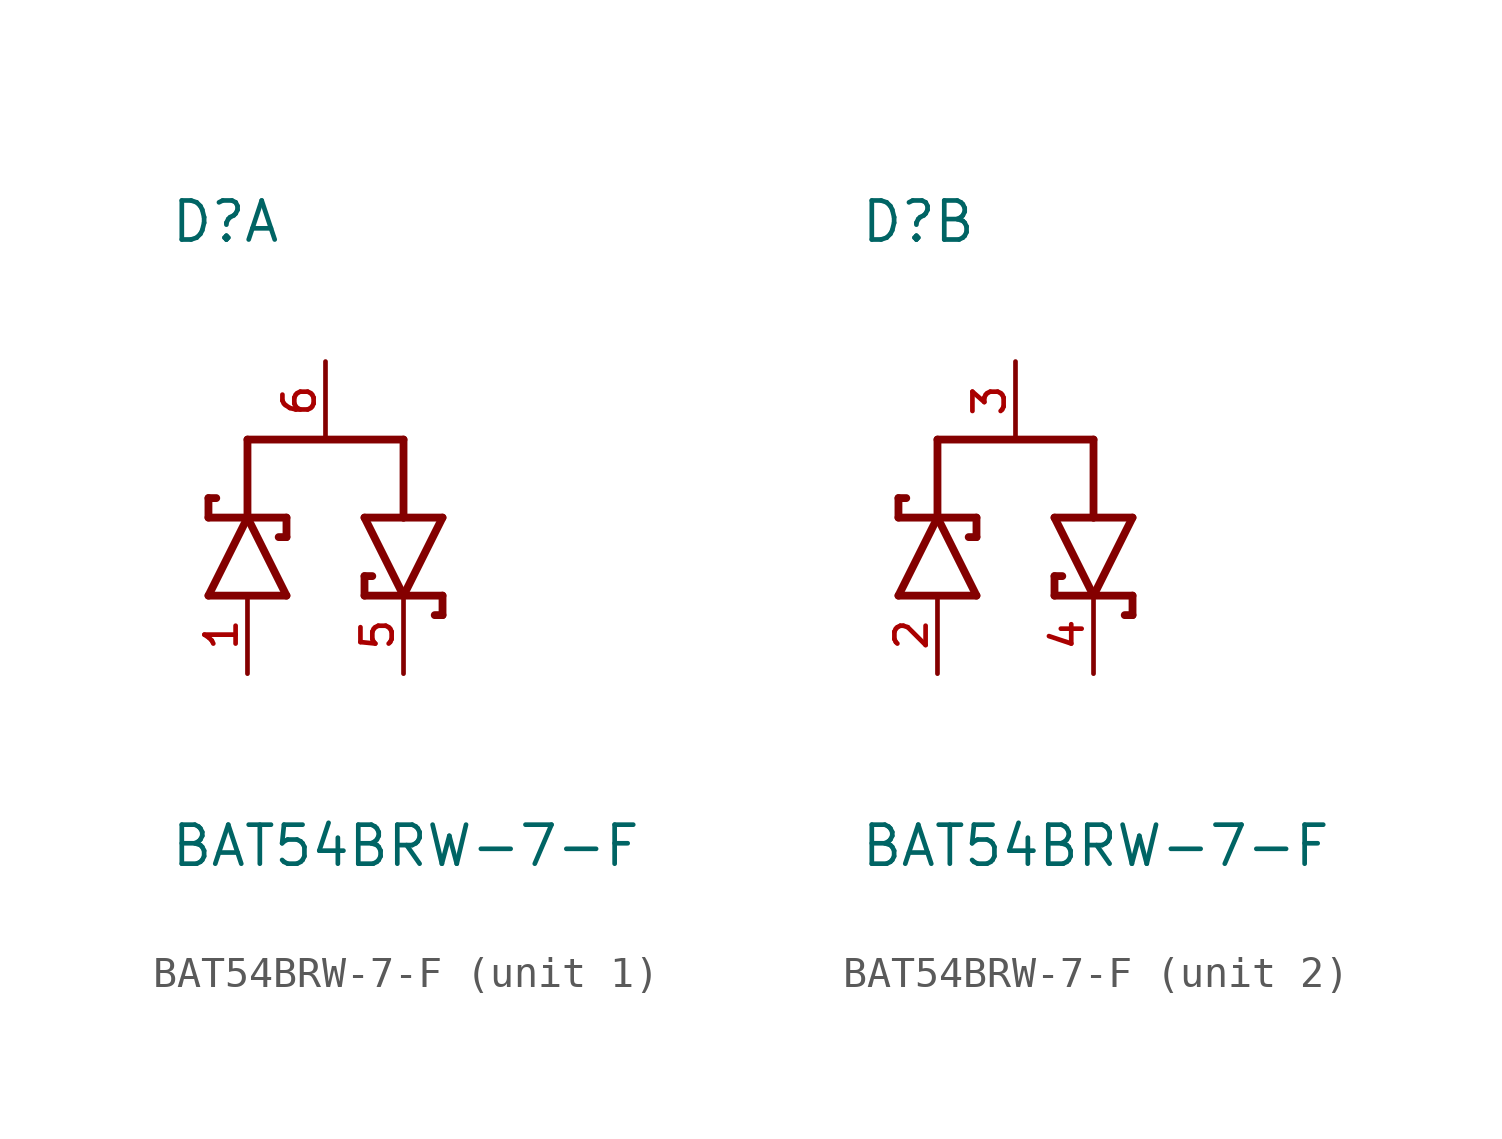
<source format=kicad_sym>
(kicad_symbol_lib
  (version 20211014)
  (generator kicad_symbol_editor)
  (symbol "BAT54BRW-7-F"
    (pin_names
      (offset 1.016))
    (property "Reference" "D"
      (at -5.08 8.89 0)
      (effects (font (size 1.27 1.27)) (justify bottom left)))
    (property "Value" "BAT54BRW-7-F"
      (at -5.08 -11.43 0)
      (effects (font (size 1.27 1.27)) (justify bottom left)))
    (symbol "BAT54BRW-7-F_1_0"
      (polyline (pts (xy -1.27 -2.54) (xy -2.54 0.0)) (stroke (width 0.254)))
      (polyline (pts (xy -2.54 0.0) (xy -3.81 -2.54)) (stroke (width 0.254)))
      (polyline (pts (xy -3.81 0.635) (xy -3.81 0.0)) (stroke (width 0.254)))
      (polyline (pts (xy -3.81 0.0) (xy -2.54 0.0)) (stroke (width 0.254)))
      (polyline (pts (xy -3.81 -2.54) (xy -1.27 -2.54)) (stroke (width 0.254)))
      (polyline (pts (xy -2.54 0.0) (xy -1.27 0.0)) (stroke (width 0.254)))
      (polyline (pts (xy -3.81 0.635) (xy -3.556 0.635)) (stroke (width 0.254)))
      (polyline (pts (xy -1.27 0.0) (xy -1.27 -0.635)) (stroke (width 0.254)))
      (polyline (pts (xy -1.524 -0.635) (xy -1.27 -0.635)) (stroke (width 0.254)))
      (polyline (pts (xy -2.54 2.54) (xy -2.54 0.0)) (stroke (width 0.254)))
      (polyline (pts (xy 1.27 0.0) (xy 2.54 -2.54)) (stroke (width 0.254)))
      (polyline (pts (xy 2.54 -2.54) (xy 3.81 0.0)) (stroke (width 0.254)))
      (polyline (pts (xy 3.81 -3.175) (xy 3.81 -2.54)) (stroke (width 0.254)))
      (polyline (pts (xy 3.81 -2.54) (xy 2.54 -2.54)) (stroke (width 0.254)))
      (polyline (pts (xy 3.81 0.0) (xy 2.54 0.0)) (stroke (width 0.254)))
      (polyline (pts (xy 2.54 0.0) (xy 1.27 0.0)) (stroke (width 0.254)))
      (polyline (pts (xy 2.54 -2.54) (xy 1.27 -2.54)) (stroke (width 0.254)))
      (polyline (pts (xy 3.81 -3.175) (xy 3.556 -3.175)) (stroke (width 0.254)))
      (polyline (pts (xy 1.27 -2.54) (xy 1.27 -1.905)) (stroke (width 0.254)))
      (polyline (pts (xy 1.524 -1.905) (xy 1.27 -1.905)) (stroke (width 0.254)))
      (polyline (pts (xy 2.54 2.54) (xy 2.54 0.0)) (stroke (width 0.254)))
      (polyline (pts (xy -2.54 2.54) (xy 2.54 2.54)) (stroke (width 0.254)))
      (pin passive line (at -2.54 -5.08 90.0) (length 2.54) (name "~" (effects (font (size 1.016 1.016)))) (number "1" (effects (font (size 1.016 1.016)))))
      (pin passive line (at 2.54 -5.08 90.0) (length 2.54) (name "~" (effects (font (size 1.016 1.016)))) (number "5" (effects (font (size 1.016 1.016)))))
      (pin passive line (at 0.0 5.08 270.0) (length 2.54) (name "~" (effects (font (size 1.016 1.016)))) (number "6" (effects (font (size 1.016 1.016))))))
    (symbol "BAT54BRW-7-F_2_0"
      (polyline (pts (xy -1.27 -2.54) (xy -2.54 0.0)) (stroke (width 0.254)))
      (polyline (pts (xy -2.54 0.0) (xy -3.81 -2.54)) (stroke (width 0.254)))
      (polyline (pts (xy -3.81 0.635) (xy -3.81 0.0)) (stroke (width 0.254)))
      (polyline (pts (xy -3.81 0.0) (xy -2.54 0.0)) (stroke (width 0.254)))
      (polyline (pts (xy -3.81 -2.54) (xy -1.27 -2.54)) (stroke (width 0.254)))
      (polyline (pts (xy -2.54 0.0) (xy -1.27 0.0)) (stroke (width 0.254)))
      (polyline (pts (xy -3.81 0.635) (xy -3.556 0.635)) (stroke (width 0.254)))
      (polyline (pts (xy -1.27 0.0) (xy -1.27 -0.635)) (stroke (width 0.254)))
      (polyline (pts (xy -1.524 -0.635) (xy -1.27 -0.635)) (stroke (width 0.254)))
      (polyline (pts (xy -2.54 2.54) (xy -2.54 0.0)) (stroke (width 0.254)))
      (polyline (pts (xy 1.27 0.0) (xy 2.54 -2.54)) (stroke (width 0.254)))
      (polyline (pts (xy 2.54 -2.54) (xy 3.81 0.0)) (stroke (width 0.254)))
      (polyline (pts (xy 3.81 -3.175) (xy 3.81 -2.54)) (stroke (width 0.254)))
      (polyline (pts (xy 3.81 -2.54) (xy 2.54 -2.54)) (stroke (width 0.254)))
      (polyline (pts (xy 3.81 0.0) (xy 2.54 0.0)) (stroke (width 0.254)))
      (polyline (pts (xy 2.54 0.0) (xy 1.27 0.0)) (stroke (width 0.254)))
      (polyline (pts (xy 2.54 -2.54) (xy 1.27 -2.54)) (stroke (width 0.254)))
      (polyline (pts (xy 3.81 -3.175) (xy 3.556 -3.175)) (stroke (width 0.254)))
      (polyline (pts (xy 1.27 -2.54) (xy 1.27 -1.905)) (stroke (width 0.254)))
      (polyline (pts (xy 1.524 -1.905) (xy 1.27 -1.905)) (stroke (width 0.254)))
      (polyline (pts (xy 2.54 2.54) (xy 2.54 0.0)) (stroke (width 0.254)))
      (polyline (pts (xy -2.54 2.54) (xy 2.54 2.54)) (stroke (width 0.254)))
      (pin passive line (at -2.54 -5.08 90.0) (length 2.54) (name "~" (effects (font (size 1.016 1.016)))) (number "2" (effects (font (size 1.016 1.016)))))
      (pin passive line (at 2.54 -5.08 90.0) (length 2.54) (name "~" (effects (font (size 1.016 1.016)))) (number "4" (effects (font (size 1.016 1.016)))))
      (pin passive line (at 0.0 5.08 270.0) (length 2.54) (name "~" (effects (font (size 1.016 1.016)))) (number "3" (effects (font (size 1.016 1.016))))))))
</source>
